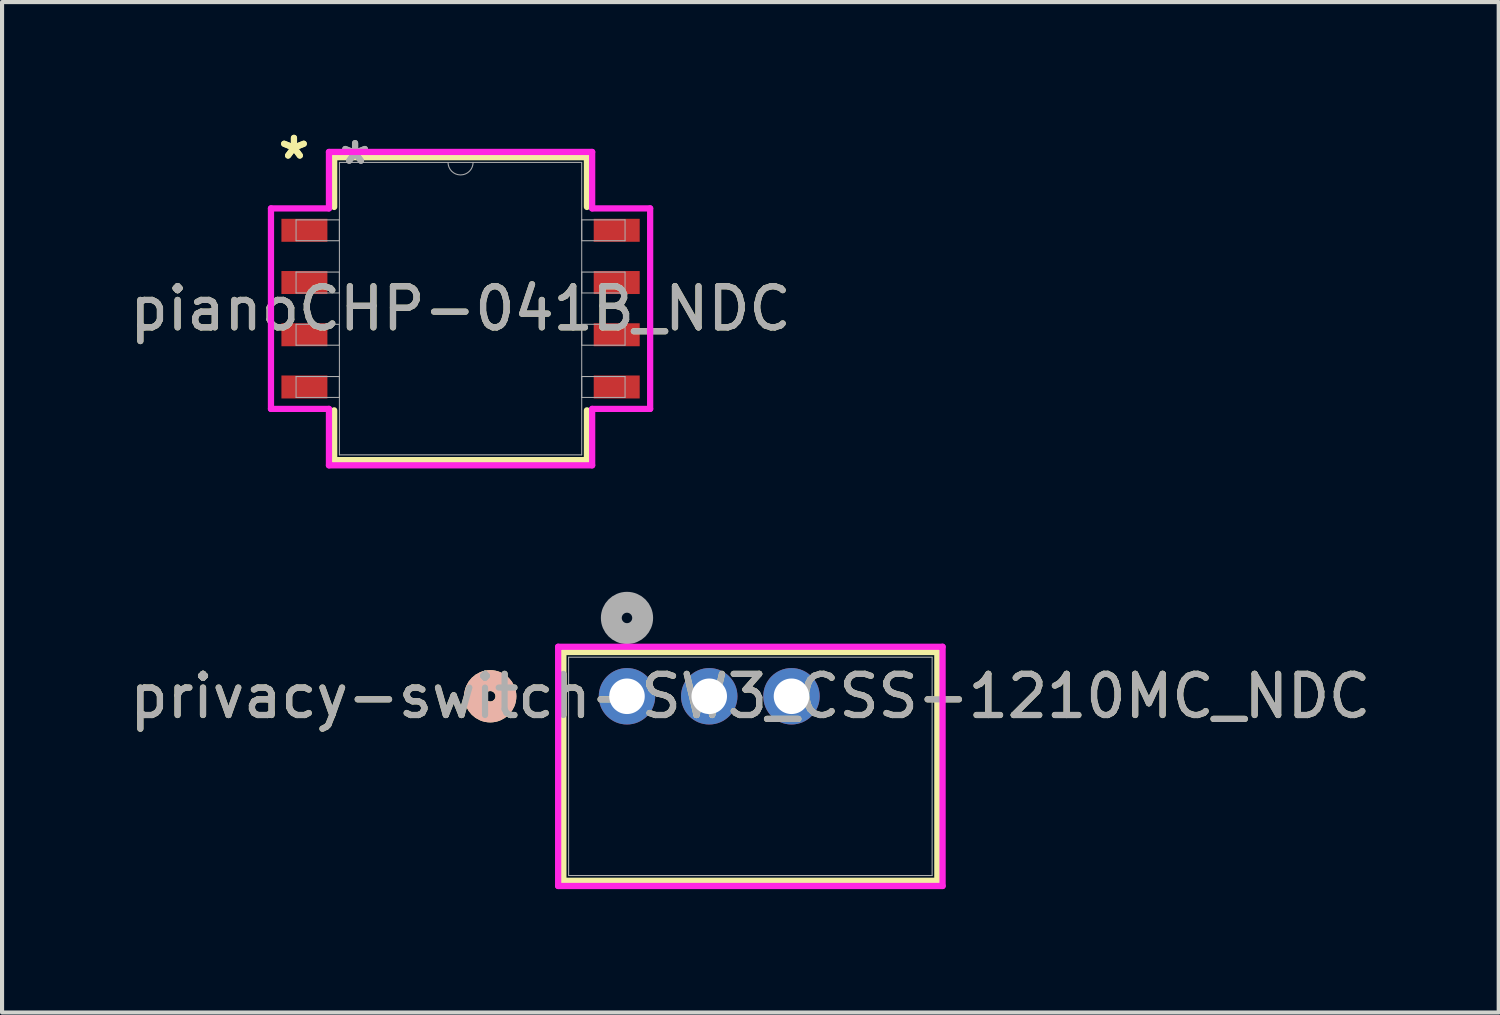
<source format=kicad_pcb>
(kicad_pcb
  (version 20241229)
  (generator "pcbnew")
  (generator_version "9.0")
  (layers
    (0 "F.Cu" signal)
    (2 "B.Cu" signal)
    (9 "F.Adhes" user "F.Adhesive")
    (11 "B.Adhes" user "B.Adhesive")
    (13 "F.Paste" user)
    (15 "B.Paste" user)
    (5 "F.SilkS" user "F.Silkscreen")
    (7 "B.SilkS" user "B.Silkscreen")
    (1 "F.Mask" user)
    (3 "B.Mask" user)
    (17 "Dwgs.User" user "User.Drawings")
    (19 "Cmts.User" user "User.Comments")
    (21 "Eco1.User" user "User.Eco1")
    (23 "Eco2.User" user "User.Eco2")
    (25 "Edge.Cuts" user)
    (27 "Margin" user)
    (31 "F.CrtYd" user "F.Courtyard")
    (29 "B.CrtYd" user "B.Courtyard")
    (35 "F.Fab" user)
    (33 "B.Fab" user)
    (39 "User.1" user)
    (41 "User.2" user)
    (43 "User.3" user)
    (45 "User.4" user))
  (footprint "pianoCHP-041B_NDC"
    (layer "F.Cu")
    (at 8.149 4.455)
    (property "Reference" "pianoCHP-041B_NDC" (at 0 0 0) (unlocked yes) (layer "F.SilkS") (effects (font (size 1 1) (thickness 0.15))))
    (attr smd)
    (fp_line (start -3.073 -3.683) (end -3.073 -2.473) (stroke (width 0.152) (type solid)) (layer "F.SilkS"))
    (fp_line (start -3.073 2.473) (end -3.073 3.683) (stroke (width 0.152) (type solid)) (layer "F.SilkS"))
    (fp_line (start -3.073 3.683) (end 3.073 3.683) (stroke (width 0.152) (type solid)) (layer "F.SilkS"))
    (fp_line (start 3.073 -3.683) (end -3.073 -3.683) (stroke (width 0.152) (type solid)) (layer "F.SilkS"))
    (fp_line (start 3.073 -2.473) (end 3.073 -3.683) (stroke (width 0.152) (type solid)) (layer "F.SilkS"))
    (fp_line (start 3.073 3.683) (end 3.073 2.473) (stroke (width 0.152) (type solid)) (layer "F.SilkS"))
    (fp_line (start -4.61 -2.438) (end -3.2 -2.438) (stroke (width 0.152) (type solid)) (layer "F.CrtYd"))
    (fp_line (start -4.61 2.438) (end -4.61 -2.438) (stroke (width 0.152) (type solid)) (layer "F.CrtYd"))
    (fp_line (start -4.61 2.438) (end -3.2 2.438) (stroke (width 0.152) (type solid)) (layer "F.CrtYd"))
    (fp_line (start -3.2 -3.81) (end 3.2 -3.81) (stroke (width 0.152) (type solid)) (layer "F.CrtYd"))
    (fp_line (start -3.2 -2.438) (end -3.2 -3.81) (stroke (width 0.152) (type solid)) (layer "F.CrtYd"))
    (fp_line (start -3.2 3.81) (end -3.2 2.438) (stroke (width 0.152) (type solid)) (layer "F.CrtYd"))
    (fp_line (start 3.2 -3.81) (end 3.2 -2.438) (stroke (width 0.152) (type solid)) (layer "F.CrtYd"))
    (fp_line (start 3.2 2.438) (end 3.2 3.81) (stroke (width 0.152) (type solid)) (layer "F.CrtYd"))
    (fp_line (start 3.2 3.81) (end -3.2 3.81) (stroke (width 0.152) (type solid)) (layer "F.CrtYd"))
    (fp_line (start 4.61 -2.438) (end 3.2 -2.438) (stroke (width 0.152) (type solid)) (layer "F.CrtYd"))
    (fp_line (start 4.61 -2.438) (end 4.61 2.438) (stroke (width 0.152) (type solid)) (layer "F.CrtYd"))
    (fp_line (start 4.61 2.438) (end 3.2 2.438) (stroke (width 0.152) (type solid)) (layer "F.CrtYd"))
    (fp_line (start -4 -2.159) (end -4 -1.651) (stroke (width 0.025) (type solid)) (layer "F.Fab"))
    (fp_line (start -4 -1.651) (end -2.946 -1.651) (stroke (width 0.025) (type solid)) (layer "F.Fab"))
    (fp_line (start -4 -0.889) (end -4 -0.381) (stroke (width 0.025) (type solid)) (layer "F.Fab"))
    (fp_line (start -4 -0.381) (end -2.946 -0.381) (stroke (width 0.025) (type solid)) (layer "F.Fab"))
    (fp_line (start -4 0.381) (end -4 0.889) (stroke (width 0.025) (type solid)) (layer "F.Fab"))
    (fp_line (start -4 0.889) (end -2.946 0.889) (stroke (width 0.025) (type solid)) (layer "F.Fab"))
    (fp_line (start -4 1.651) (end -4 2.159) (stroke (width 0.025) (type solid)) (layer "F.Fab"))
    (fp_line (start -4 2.159) (end -2.946 2.159) (stroke (width 0.025) (type solid)) (layer "F.Fab"))
    (fp_line (start -2.946 -3.556) (end -2.946 3.556) (stroke (width 0.025) (type solid)) (layer "F.Fab"))
    (fp_line (start -2.946 -2.159) (end -4 -2.159) (stroke (width 0.025) (type solid)) (layer "F.Fab"))
    (fp_line (start -2.946 -1.651) (end -2.946 -2.159) (stroke (width 0.025) (type solid)) (layer "F.Fab"))
    (fp_line (start -2.946 -0.889) (end -4 -0.889) (stroke (width 0.025) (type solid)) (layer "F.Fab"))
    (fp_line (start -2.946 -0.381) (end -2.946 -0.889) (stroke (width 0.025) (type solid)) (layer "F.Fab"))
    (fp_line (start -2.946 0.381) (end -4 0.381) (stroke (width 0.025) (type solid)) (layer "F.Fab"))
    (fp_line (start -2.946 0.889) (end -2.946 0.381) (stroke (width 0.025) (type solid)) (layer "F.Fab"))
    (fp_line (start -2.946 1.651) (end -4 1.651) (stroke (width 0.025) (type solid)) (layer "F.Fab"))
    (fp_line (start -2.946 2.159) (end -2.946 1.651) (stroke (width 0.025) (type solid)) (layer "F.Fab"))
    (fp_line (start -2.946 3.556) (end 2.946 3.556) (stroke (width 0.025) (type solid)) (layer "F.Fab"))
    (fp_line (start 2.946 -3.556) (end -2.946 -3.556) (stroke (width 0.025) (type solid)) (layer "F.Fab"))
    (fp_line (start 2.946 -2.159) (end 2.946 -1.651) (stroke (width 0.025) (type solid)) (layer "F.Fab"))
    (fp_line (start 2.946 -1.651) (end 4 -1.651) (stroke (width 0.025) (type solid)) (layer "F.Fab"))
    (fp_line (start 2.946 -0.889) (end 2.946 -0.381) (stroke (width 0.025) (type solid)) (layer "F.Fab"))
    (fp_line (start 2.946 -0.381) (end 4 -0.381) (stroke (width 0.025) (type solid)) (layer "F.Fab"))
    (fp_line (start 2.946 0.381) (end 2.946 0.889) (stroke (width 0.025) (type solid)) (layer "F.Fab"))
    (fp_line (start 2.946 0.889) (end 4 0.889) (stroke (width 0.025) (type solid)) (layer "F.Fab"))
    (fp_line (start 2.946 1.651) (end 2.946 2.159) (stroke (width 0.025) (type solid)) (layer "F.Fab"))
    (fp_line (start 2.946 2.159) (end 4 2.159) (stroke (width 0.025) (type solid)) (layer "F.Fab"))
    (fp_line (start 2.946 3.556) (end 2.946 -3.556) (stroke (width 0.025) (type solid)) (layer "F.Fab"))
    (fp_line (start 4 -2.159) (end 2.946 -2.159) (stroke (width 0.025) (type solid)) (layer "F.Fab"))
    (fp_line (start 4 -1.651) (end 4 -2.159) (stroke (width 0.025) (type solid)) (layer "F.Fab"))
    (fp_line (start 4 -0.889) (end 2.946 -0.889) (stroke (width 0.025) (type solid)) (layer "F.Fab"))
    (fp_line (start 4 -0.381) (end 4 -0.889) (stroke (width 0.025) (type solid)) (layer "F.Fab"))
    (fp_line (start 4 0.381) (end 2.946 0.381) (stroke (width 0.025) (type solid)) (layer "F.Fab"))
    (fp_line (start 4 0.889) (end 4 0.381) (stroke (width 0.025) (type solid)) (layer "F.Fab"))
    (fp_line (start 4 1.651) (end 2.946 1.651) (stroke (width 0.025) (type solid)) (layer "F.Fab"))
    (fp_line (start 4 2.159) (end 4 1.651) (stroke (width 0.025) (type solid)) (layer "F.Fab"))
    (fp_arc (start 0.3048 -3.556) (mid 0 -3.2512) (end -0.3048 -3.556) (stroke (width 0.0254) (type solid)) (layer "F.Fab"))
    (fp_text user "*" (at -4.051 -3.607 0) (unlocked yes) (layer "F.SilkS") (effects (font (size 1 1) (thickness 0.15))))
    (fp_text user "*" (at -4.051 -3.607 0) (layer "F.SilkS") (effects (font (size 1 1) (thickness 0.15))))
    (fp_text user "*" (at -2.565 -3.48 0) (layer "F.Fab") (effects (font (size 1 1) (thickness 0.15))))
    (fp_text user "*" (at -2.565 -3.48 0) (unlocked yes) (layer "F.Fab") (effects (font (size 1 1) (thickness 0.15))))
    (fp_text user "${REFERENCE}" (at 0 0 0) (unlocked yes) (layer "F.Fab") (effects (font (size 1 1) (thickness 0.15))))
    (pad "1" smd rect (at -3.797 -1.905) (size 1.118 0.559) (layers "F.Cu" "F.Mask" "F.Paste"))
    (pad "2" smd rect (at -3.797 -0.635) (size 1.118 0.559) (layers "F.Cu" "F.Mask" "F.Paste"))
    (pad "3" smd rect (at -3.797 0.635) (size 1.118 0.559) (layers "F.Cu" "F.Mask" "F.Paste"))
    (pad "4" smd rect (at -3.797 1.905) (size 1.118 0.559) (layers "F.Cu" "F.Mask" "F.Paste"))
    (pad "5" smd rect (at 3.797 1.905) (size 1.118 0.559) (layers "F.Cu" "F.Mask" "F.Paste"))
    (pad "6" smd rect (at 3.797 0.635) (size 1.118 0.559) (layers "F.Cu" "F.Mask" "F.Paste"))
    (pad "7" smd rect (at 3.797 -0.635) (size 1.118 0.559) (layers "F.Cu" "F.Mask" "F.Paste"))
    (pad "8" smd rect (at 3.797 -1.905) (size 1.118 0.559) (layers "F.Cu" "F.Mask" "F.Paste")))
  (footprint "privacy-switch-SW3_CSS-1210MC_NDC"
    (layer "F.Cu")
    (at 12.196 13.881)
    (property "Reference" "privacy-switch-SW3_CSS-1210MC_NDC" (at 3 0 0) (unlocked yes) (layer "F.SilkS") (effects (font (size 1 1) (thickness 0.15))))
    (attr through_hole)
    (fp_line (start -1.547 -1.077) (end -1.547 4.486) (stroke (width 0.152) (type solid)) (layer "F.SilkS"))
    (fp_line (start -1.547 4.486) (end 7.547 4.486) (stroke (width 0.152) (type solid)) (layer "F.SilkS"))
    (fp_line (start 7.547 -1.077) (end -1.547 -1.077) (stroke (width 0.152) (type solid)) (layer "F.SilkS"))
    (fp_line (start 7.547 4.486) (end 7.547 -1.077) (stroke (width 0.152) (type solid)) (layer "F.SilkS"))
    (fp_circle (center -3.325 0) (end -2.944 0) (stroke (width 0.508) (type solid)) (fill no) (layer "F.SilkS"))
    (fp_circle (center -3.325 0) (end -2.944 0) (stroke (width 0.508) (type solid)) (fill no) (layer "B.SilkS"))
    (fp_line (start -1.674 -1.204) (end -1.674 4.613) (stroke (width 0.152) (type solid)) (layer "F.CrtYd"))
    (fp_line (start -1.674 4.613) (end 7.674 4.613) (stroke (width 0.152) (type solid)) (layer "F.CrtYd"))
    (fp_line (start 7.674 -1.204) (end -1.674 -1.204) (stroke (width 0.152) (type solid)) (layer "F.CrtYd"))
    (fp_line (start 7.674 4.613) (end 7.674 -1.204) (stroke (width 0.152) (type solid)) (layer "F.CrtYd"))
    (fp_line (start -1.42 -0.95) (end -1.42 4.359) (stroke (width 0.025) (type solid)) (layer "F.Fab"))
    (fp_line (start -1.42 4.359) (end 7.42 4.359) (stroke (width 0.025) (type solid)) (layer "F.Fab"))
    (fp_line (start 7.42 -0.95) (end -1.42 -0.95) (stroke (width 0.025) (type solid)) (layer "F.Fab"))
    (fp_line (start 7.42 4.359) (end 7.42 -0.95) (stroke (width 0.025) (type solid)) (layer "F.Fab"))
    (fp_circle (center 0 -1.905) (end 0.381 -1.905) (stroke (width 0.508) (type solid)) (fill no) (layer "F.Fab"))
    (fp_text user "${REFERENCE}" (at 3 0 0) (unlocked yes) (layer "F.Fab") (effects (font (size 1 1) (thickness 0.15))))
    (pad "1" thru_hole circle (at 0 0) (size 1.372 1.372) (drill 0.864) (layers "*.Cu" "*.Mask"))
    (pad "2" thru_hole circle (at 2 0) (size 1.372 1.372) (drill 0.864) (layers "*.Cu" "*.Mask"))
    (pad "3" thru_hole circle (at 4 0) (size 1.372 1.372) (drill 0.864) (layers "*.Cu" "*.Mask")))
  (gr_rect
    (start -3 -3)
    (end 33.393 21.57)
    (stroke (width 0.1) (type default))
    (fill no)
    (layer "Edge.Cuts")))
</source>
